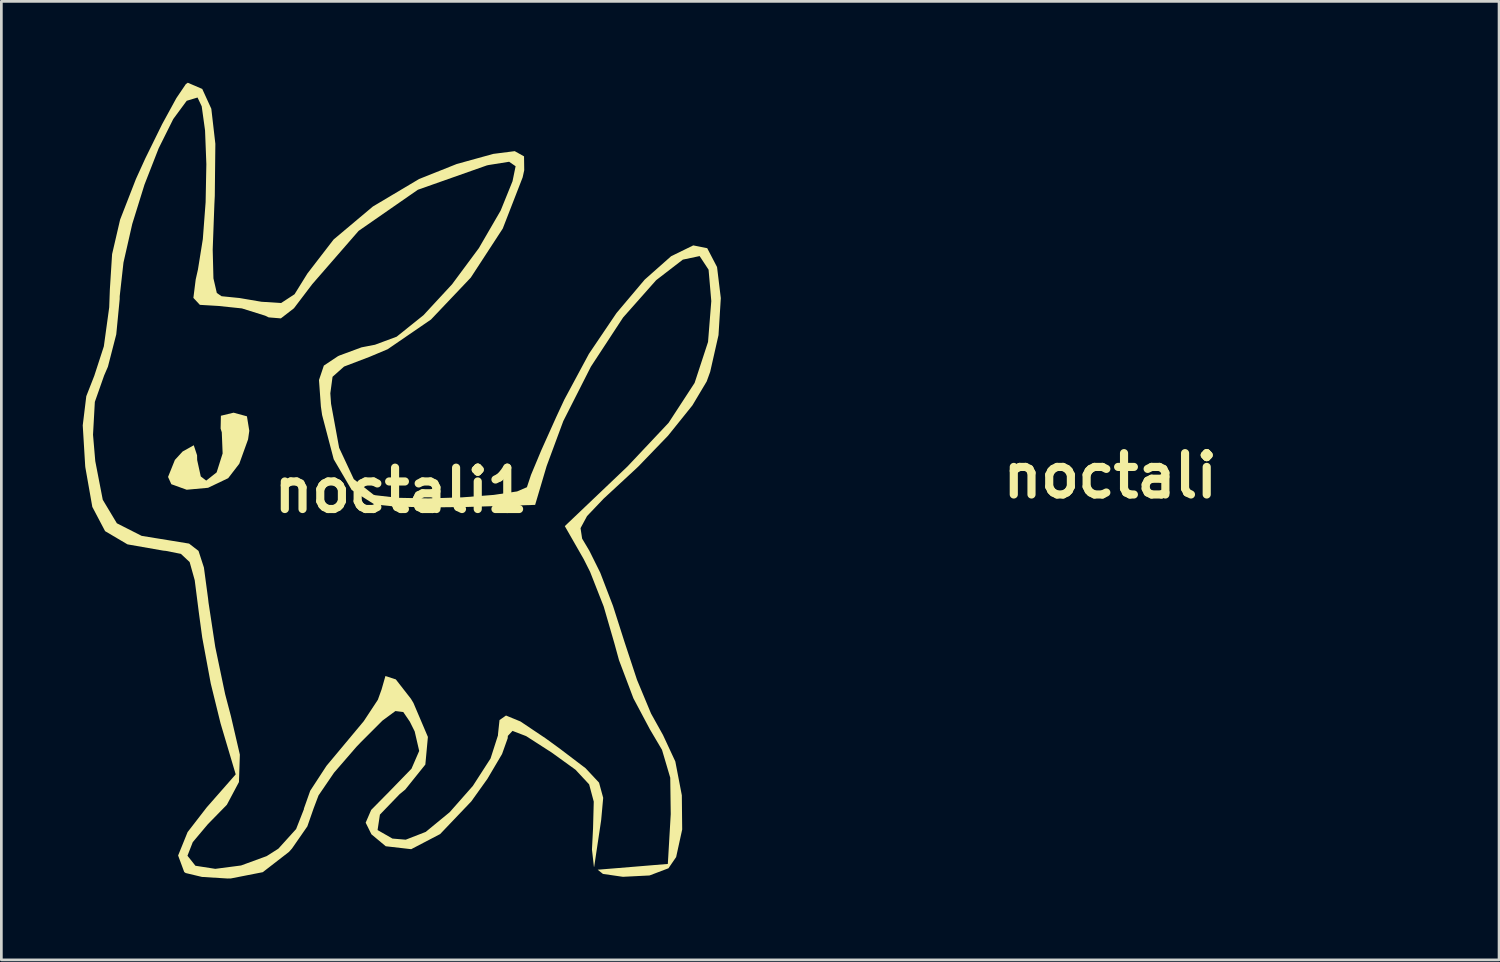
<source format=kicad_pcb>
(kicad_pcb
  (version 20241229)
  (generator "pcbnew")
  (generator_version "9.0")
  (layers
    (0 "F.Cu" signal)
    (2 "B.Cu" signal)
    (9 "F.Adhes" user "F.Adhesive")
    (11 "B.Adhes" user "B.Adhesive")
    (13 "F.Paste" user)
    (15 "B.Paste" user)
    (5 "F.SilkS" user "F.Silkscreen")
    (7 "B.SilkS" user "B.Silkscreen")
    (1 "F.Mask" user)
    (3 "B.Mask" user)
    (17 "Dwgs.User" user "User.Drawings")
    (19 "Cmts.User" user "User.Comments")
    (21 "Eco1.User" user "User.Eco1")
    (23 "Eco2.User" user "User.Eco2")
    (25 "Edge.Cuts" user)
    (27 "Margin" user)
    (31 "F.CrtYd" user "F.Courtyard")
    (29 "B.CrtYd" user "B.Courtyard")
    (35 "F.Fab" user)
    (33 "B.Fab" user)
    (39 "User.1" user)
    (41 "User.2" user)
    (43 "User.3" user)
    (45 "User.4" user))
  (footprint "noctali1"
    (layer "F.Cu")
    (at 11.731 15.025)
    (property "Reference" "noctali1" (at 0 0 0) (layer "F.SilkS") (effects (font (size 1.524 1.524) (thickness 0.3))))
    (attr through_hole)
    (fp_poly (pts (xy -5.678 -2.728) (xy -5.591 -2.193) (xy -5.636 -1.878) (xy -5.96 -0.98) (xy -6.37 -0.447) (xy -7.111 -0.093) (xy -7.899 -0.021) (xy -8.465 -0.225) (xy -8.586 -0.493) (xy -8.334 -1.12) (xy -8.049 -1.431) (xy -7.638 -1.661) (xy -7.516 -1.291) (xy -7.513 -1.117) (xy -7.38 -0.512) (xy -7.179 -0.358) (xy -6.795 -0.661) (xy -6.574 -1.36) (xy -6.605 -2.139) (xy -6.648 -2.275) (xy -6.638 -2.749) (xy -6.17 -2.862)) (stroke (width 0) (type solid)) (fill yes) (layer "F.SilkS"))
    (fp_poly (pts (xy -7.325 -14.796) (xy -6.991 -14.066) (xy -6.842 -12.772) (xy -6.863 -10.851) (xy -6.878 -10.548) (xy -6.94 -8.873) (xy -6.913 -7.813) (xy -6.788 -7.274) (xy -6.613 -7.155) (xy -5.954 -7.089) (xy -5.143 -6.951) (xy -4.419 -6.904) (xy -3.923 -7.228) (xy -3.449 -7.992) (xy -2.483 -9.246) (xy -1.036 -10.462) (xy 0.668 -11.476) (xy 2.055 -12.029) (xy 3.404 -12.402) (xy 4.194 -12.503) (xy 4.537 -12.311) (xy 4.544 -11.801) (xy 4.486 -11.537) (xy 3.752 -9.648) (xy 2.573 -7.84) (xy 1.107 -6.296) (xy -0.49 -5.201) (xy -1.159 -4.92) (xy -2.098 -4.562) (xy -2.522 -4.185) (xy -2.604 -3.576) (xy -2.577 -3.19) (xy -2.279 -1.567) (xy -1.739 -0.412) (xy -1.01 0.163) (xy -0.939 0.182) (xy -0.12 0.276) (xy 1.015 0.298) (xy 2.263 0.259) (xy 3.42 0.169) (xy 4.282 0.041) (xy 4.646 -0.116) (xy 4.647 -0.126) (xy 4.793 -0.567) (xy 5.178 -1.488) (xy 5.734 -2.725) (xy 6.023 -3.346) (xy 6.929 -5.031) (xy 7.946 -6.536) (xy 8.985 -7.767) (xy 9.958 -8.629) (xy 10.775 -9.029) (xy 11.29 -8.926) (xy 11.652 -8.231) (xy 11.791 -7.086) (xy 11.706 -5.722) (xy 11.399 -4.368) (xy 11.27 -4.013) (xy 10.745 -3.133) (xy 9.846 -2.014) (xy 8.749 -0.876) (xy 8.541 -0.682) (xy 7.475 0.304) (xy 6.86 0.949) (xy 6.62 1.394) (xy 6.678 1.779) (xy 6.944 2.226) (xy 7.345 3.033) (xy 7.817 4.262) (xy 8.241 5.591) (xy 8.701 6.985) (xy 9.219 8.229) (xy 9.659 9.019) (xy 10.114 9.996) (xy 10.354 11.243) (xy 10.367 12.503) (xy 10.144 13.52) (xy 9.861 13.933) (xy 9.164 14.198) (xy 8.191 14.247) (xy 8.162 14.245) (xy 7.446 14.141) (xy 7.252 13.986) (xy 8.471 13.886) (xy 9.838 13.773) (xy 9.945 11.936) (xy 9.927 10.595) (xy 9.623 9.567) (xy 9.176 8.81) (xy 8.569 7.668) (xy 8.038 6.262) (xy 7.867 5.639) (xy 7.474 4.284) (xy 6.972 3.005) (xy 6.737 2.538) (xy 6.04 1.32) (xy 8.35 -0.879) (xy 9.865 -2.487) (xy 10.825 -3.959) (xy 11.32 -5.47) (xy 11.44 -6.976) (xy 11.34 -8.133) (xy 11.01 -8.635) (xy 10.391 -8.504) (xy 9.426 -7.761) (xy 9.399 -7.737) (xy 8.189 -6.371) (xy 7.001 -4.557) (xy 5.984 -2.552) (xy 5.37 -0.894) (xy 4.946 0.537) (xy 2.384 0.615) (xy 0.984 0.631) (xy -0.223 0.597) (xy -0.976 0.521) (xy -0.977 0.521) (xy -1.816 -0.012) (xy -2.479 -1.145) (xy -2.907 -2.776) (xy -2.952 -3.091) (xy -3.022 -4.066) (xy -2.843 -4.598) (xy -2.323 -4.944) (xy -2.269 -4.969) (xy -1.452 -5.271) (xy -0.959 -5.366) (xy -0.159 -5.663) (xy 0.829 -6.455) (xy 1.881 -7.592) (xy 2.871 -8.927) (xy 3.675 -10.312) (xy 4.113 -11.395) (xy 4.226 -11.947) (xy 3.988 -12.112) (xy 3.234 -11.992) (xy 3.166 -11.977) (xy 0.623 -11.08) (xy -1.561 -9.564) (xy -3.27 -7.6) (xy -3.945 -6.711) (xy -4.427 -6.338) (xy -4.876 -6.375) (xy -5.004 -6.437) (xy -5.864 -6.706) (xy -6.736 -6.797) (xy -7.413 -6.837) (xy -7.652 -7.094) (xy -7.567 -7.771) (xy -7.484 -8.139) (xy -7.304 -9.261) (xy -7.201 -10.622) (xy -7.174 -12.023) (xy -7.222 -13.267) (xy -7.345 -14.156) (xy -7.499 -14.48) (xy -7.898 -14.36) (xy -8.394 -13.687) (xy -8.932 -12.608) (xy -9.455 -11.269) (xy -9.906 -9.817) (xy -10.229 -8.397) (xy -10.368 -7.155) (xy -10.369 -7.048) (xy -10.495 -5.75) (xy -10.803 -4.555) (xy -10.942 -4.234) (xy -11.285 -3.259) (xy -11.352 -2.048) (xy -11.269 -1.077) (xy -10.993 0.348) (xy -10.473 1.215) (xy -9.559 1.679) (xy -8.407 1.866) (xy -7.811 1.964) (xy -7.463 2.233) (xy -7.264 2.846) (xy -7.112 3.978) (xy -7.094 4.139) (xy -6.846 5.772) (xy -6.482 7.512) (xy -6.268 8.327) (xy -5.939 9.744) (xy -5.972 10.754) (xy -6.418 11.592) (xy -7.122 12.312) (xy -7.675 12.97) (xy -7.87 13.471) (xy -7.577 13.84) (xy -6.844 13.954) (xy -5.895 13.83) (xy -4.951 13.485) (xy -4.52 13.211) (xy -3.865 12.487) (xy -3.578 11.756) (xy -3.577 11.73) (xy -3.345 11.075) (xy -2.745 10.156) (xy -2.146 9.439) (xy -1.372 8.511) (xy -0.852 7.722) (xy -0.715 7.342) (xy -0.573 6.846) (xy -0.19 6.97) (xy 0.368 7.686) (xy 0.459 7.836) (xy 0.993 9.091) (xy 0.899 10.109) (xy 0.157 11.033) (xy -0.048 11.2) (xy -0.776 11.955) (xy -0.862 12.524) (xy -0.314 12.838) (xy 0.176 12.879) (xy 0.913 12.592) (xy 1.797 11.865) (xy 2.651 10.896) (xy 3.303 9.885) (xy 3.577 9.03) (xy 3.577 8.996) (xy 3.633 8.469) (xy 3.872 8.302) (xy 4.405 8.521) (xy 5.344 9.151) (xy 5.85 9.519) (xy 6.806 10.245) (xy 7.302 10.776) (xy 7.455 11.336) (xy 7.381 12.151) (xy 7.345 12.395) (xy 7.122 13.882) (xy 7.113 13.875) (xy 7.041 13.243) (xy 7.081 12.459) (xy 7.107 11.476) (xy 6.937 10.84) (xy 6.434 10.3) (xy 5.56 9.669) (xy 4.615 9.061) (xy 4.112 8.868) (xy 3.94 9.053) (xy 3.935 9.138) (xy 3.727 9.721) (xy 3.188 10.634) (xy 2.594 11.466) (xy 1.444 12.672) (xy 0.378 13.229) (xy -0.561 13.121) (xy -1.089 12.681) (xy -1.301 12.252) (xy -1.098 11.782) (xy -0.417 11.092) (xy 0.388 10.263) (xy 0.672 9.607) (xy 0.506 8.888) (xy 0.328 8.53) (xy 0.085 8.173) (xy -0.205 8.137) (xy -0.681 8.488) (xy -1.483 9.29) (xy -1.64 9.454) (xy -2.467 10.41) (xy -3.039 11.248) (xy -3.22 11.726) (xy -3.451 12.389) (xy -4.018 13.206) (xy -4.129 13.33) (xy -5.094 14.077) (xy -6.276 14.309) (xy -6.394 14.31) (xy -7.335 14.252) (xy -7.934 14.109) (xy -7.99 14.071) (xy -8.215 13.462) (xy -7.866 12.6) (xy -7.16 11.687) (xy -6.092 10.471) (xy -6.65 8.592) (xy -7.012 7.121) (xy -7.326 5.428) (xy -7.449 4.52) (xy -7.603 3.313) (xy -7.79 2.645) (xy -8.112 2.343) (xy -8.666 2.233) (xy -8.765 2.223) (xy -10.082 1.992) (xy -10.907 1.505) (xy -11.378 0.611) (xy -11.634 -0.841) (xy -11.64 -0.89) (xy -11.731 -2.394) (xy -11.6 -3.47) (xy -11.305 -4.223) (xy -10.953 -5.307) (xy -10.755 -6.746) (xy -10.732 -7.39) (xy -10.649 -8.705) (xy -10.353 -9.979) (xy -9.77 -11.477) (xy -9.424 -12.237) (xy -8.806 -13.494) (xy -8.28 -14.457) (xy -7.929 -14.976) (xy -7.858 -15.025)) (stroke (width 0) (type solid)) (fill yes) (layer "F.SilkS")))
  (footprint "noctali"
    (layer "F.Cu")
    (at 37.878 14.489)
    (property "Reference" "noctali" (at 0 0 0) (layer "F.SilkS") (effects (font (size 1.524 1.524) (thickness 0.3))))
    (attr through_hole)
    (fp_poly (pts (xy -9.659 -10.554) (xy -9.838 -10.375) (xy -10.017 -10.554) (xy -9.838 -10.732)) (stroke (width 0) (type solid)) (fill yes) (layer "F.Mask"))
    (fp_poly (pts (xy -6.797 -10.911) (xy -6.976 -10.732) (xy -7.155 -10.911) (xy -6.976 -11.09)) (stroke (width 0) (type solid)) (fill yes) (layer "F.Mask"))
    (fp_poly (pts (xy 0.715 -6.261) (xy 0.537 -6.082) (xy 0.358 -6.261) (xy 0.537 -6.439)) (stroke (width 0) (type solid)) (fill yes) (layer "F.Mask"))
    (fp_poly (pts (xy 11.09 -4.114) (xy 10.911 -3.935) (xy 10.732 -4.114) (xy 10.911 -4.293)) (stroke (width 0) (type solid)) (fill yes) (layer "F.Mask"))
    (fp_poly (pts (xy -2.155 7.901) (xy -2.321 8.621) (xy -2.364 8.736) (xy -2.708 9.198) (xy -3.083 9.286) (xy -3.22 9.012) (xy -3.024 8.529) (xy -2.694 8.028) (xy -2.294 7.671)) (stroke (width 0) (type solid)) (fill yes) (layer "F.Mask"))
    (fp_poly (pts (xy -8.746 -4.572) (xy -8.713 -4.118) (xy -8.951 -3.405) (xy -9.318 -2.76) (xy -9.65 -2.504) (xy -9.954 -2.802) (xy -10.017 -3.176) (xy -9.826 -3.802) (xy -9.395 -4.364) (xy -8.934 -4.633)) (stroke (width 0) (type solid)) (fill yes) (layer "F.Mask"))
    (fp_poly (pts (xy 6.888 6.586) (xy 7.311 7.124) (xy 7.512 7.688) (xy 7.513 7.717) (xy 7.334 8.18) (xy 6.916 8.098) (xy 6.436 7.507) (xy 6.429 7.493) (xy 6.167 6.759) (xy 6.164 6.372) (xy 6.44 6.27)) (stroke (width 0) (type solid)) (fill yes) (layer "F.Mask"))
    (fp_poly (pts (xy -7.378 -14.183) (xy -7.12 -13.47) (xy -6.968 -12.655) (xy -7.005 -12.044) (xy -7.005 -12.044) (xy -7.436 -11.749) (xy -8.284 -11.572) (xy -8.435 -11.561) (xy -9.704 -11.496) (xy -8.82 -12.992) (xy -8.254 -13.863) (xy -7.803 -14.403) (xy -7.661 -14.489)) (stroke (width 0) (type solid)) (fill yes) (layer "F.Mask"))
    (fp_poly (pts (xy 11.175 -8.335) (xy 11.308 -7.503) (xy 11.321 -7.387) (xy 11.332 -6.538) (xy 11.224 -5.695) (xy 11.045 -5.043) (xy 10.842 -4.767) (xy 10.693 -4.948) (xy 10.286 -5.338) (xy 9.456 -5.758) (xy 9.178 -5.862) (xy 7.812 -6.332) (xy 9.356 -7.614) (xy 10.218 -8.288) (xy 10.839 -8.693) (xy 11.043 -8.753)) (stroke (width 0) (type solid)) (fill yes) (layer "F.Mask"))
    (fp_poly (pts (xy 4.293 -11.972) (xy 4.115 -11.384) (xy 3.662 -10.426) (xy 3.055 -9.322) (xy 2.417 -8.296) (xy 1.973 -7.692) (xy 1.4 -7.042) (xy 1.143 -6.914) (xy 1.076 -7.266) (xy 1.075 -7.385) (xy 0.839 -8.126) (xy 0.253 -9.016) (xy 0.055 -9.243) (xy -0.964 -10.333) (xy 0.681 -11.024) (xy 2.057 -11.554) (xy 3.216 -11.913) (xy 4.011 -12.062)) (stroke (width 0) (type solid)) (fill yes) (layer "F.Mask"))
    (fp_poly (pts (xy -7.695 -9.857) (xy -7.377 -9.53) (xy -7.38 -9.459) (xy -7.469 -8.905) (xy -7.626 -7.99) (xy -7.651 -7.852) (xy -7.765 -7.015) (xy -7.589 -6.691) (xy -6.958 -6.69) (xy -6.679 -6.722) (xy -5.488 -6.634) (xy -4.918 -6.298) (xy -4.555 -6.028) (xy -4.225 -6.135) (xy -3.788 -6.719) (xy -3.412 -7.343) (xy -2.817 -8.276) (xy -2.383 -8.68) (xy -1.959 -8.666) (xy -1.79 -8.587) (xy -1.028 -7.976) (xy -0.362 -7.129) (xy -0.012 -6.34) (xy 0 -6.21) (xy -0.311 -5.866) (xy -1.108 -5.446) (xy -1.786 -5.188) (xy -2.816 -4.81) (xy -3.282 -4.499) (xy -3.313 -4.142) (xy -3.217 -3.931) (xy -2.95 -3.076) (xy -2.862 -2.222) (xy -2.583 -1.132) (xy -1.981 -0.227) (xy -1.508 0.235) (xy -1.02 0.51) (xy -0.331 0.638) (xy 0.745 0.66) (xy 1.959 0.631) (xy 3.464 0.566) (xy 4.402 0.462) (xy 4.923 0.28) (xy 5.176 -0.016) (xy 5.237 -0.179) (xy 5.484 -0.912) (xy 5.877 -2.017) (xy 6.153 -2.773) (xy 6.594 -3.855) (xy 6.985 -4.418) (xy 7.481 -4.627) (xy 7.92 -4.651) (xy 9.146 -4.478) (xy 10.023 -4.024) (xy 10.374 -3.381) (xy 10.375 -3.351) (xy 10.129 -2.86) (xy 9.476 -2.042) (xy 8.539 -1.047) (xy 8.198 -0.714) (xy 7.144 0.303) (xy 6.534 0.969) (xy 6.293 1.425) (xy 6.346 1.813) (xy 6.618 2.275) (xy 6.624 2.283) (xy 7.148 3.326) (xy 7.493 4.374) (xy 7.774 5.501) (xy 8.04 6.439) (xy 8.32 7.334) (xy 7.397 6.35) (xy 6.484 5.595) (xy 5.804 5.442) (xy 5.44 5.863) (xy 5.479 6.83) (xy 5.512 6.971) (xy 5.914 7.843) (xy 6.542 8.521) (xy 7.236 8.926) (xy 7.84 8.979) (xy 8.194 8.603) (xy 8.23 8.318) (xy 8.36 8.008) (xy 8.685 8.211) (xy 9.113 8.783) (xy 9.555 9.58) (xy 9.918 10.459) (xy 10.109 11.269) (xy 10.127 12.671) (xy 9.774 13.52) (xy 8.993 13.905) (xy 8.394 13.952) (xy 7.533 13.868) (xy 7.19 13.546) (xy 7.155 13.258) (xy 7.2 13.058) (xy 7.513 13.058) (xy 7.692 13.237) (xy 7.87 13.058) (xy 7.692 12.879) (xy 7.513 13.058) (xy 7.2 13.058) (xy 7.309 12.58) (xy 7.491 12.355) (xy 7.688 11.875) (xy 7.471 11.116) (xy 6.953 10.288) (xy 6.242 9.602) (xy 5.953 9.426) (xy 4.985 8.869) (xy 4.214 8.318) (xy 4.204 8.308) (xy 3.734 7.968) (xy 3.587 8.207) (xy 3.577 8.554) (xy 3.33 9.692) (xy 2.691 10.888) (xy 1.816 11.945) (xy 0.861 12.67) (xy 0.133 12.879) (xy -0.692 12.708) (xy -0.895 12.247) (xy -0.466 11.569) (xy -0.048 11.2) (xy 0.795 10.336) (xy 1.025 9.437) (xy 0.67 8.318) (xy 0.447 7.902) (xy -0.124 7.07) (xy -0.531 6.819) (xy -0.712 7.181) (xy -0.715 7.298) (xy -0.932 7.811) (xy -1.498 8.674) (xy -2.288 9.693) (xy -3.054 10.694) (xy -3.565 11.514) (xy -3.71 11.977) (xy -3.708 11.981) (xy -3.818 12.574) (xy -4.425 13.201) (xy -5.328 13.748) (xy -6.325 14.1) (xy -7.212 14.143) (xy -7.423 14.08) (xy -7.805 13.758) (xy -7.744 13.216) (xy -7.208 12.344) (xy -6.782 11.786) (xy -5.693 10.412) (xy -5.973 9.457) (xy -3.935 9.457) (xy -3.725 9.946) (xy -3.196 9.93) (xy -2.502 9.444) (xy -2.172 9.074) (xy -1.627 8.153) (xy -1.435 7.346) (xy -1.571 6.798) (xy -2.01 6.657) (xy -2.539 6.918) (xy -3.275 7.732) (xy -3.803 8.781) (xy -3.935 9.457) (xy -5.973 9.457) (xy -6.302 8.336) (xy -6.698 6.717) (xy -7.019 4.936) (xy -7.123 4.114) (xy -7.334 1.968) (xy -8.76 1.852) (xy -9.891 1.683) (xy -10.589 1.3) (xy -10.99 0.545) (xy -11.229 -0.739) (xy -11.236 -0.801) (xy -8.519 -0.801) (xy -8.43 -0.301) (xy -7.936 -0.023) (xy -7.191 -0.06) (xy -6.408 -0.459) (xy -5.917 -1.125) (xy -5.649 -1.895) (xy -5.597 -2.608) (xy -5.872 -2.806) (xy -6.026 -2.787) (xy -6.48 -2.362) (xy -6.605 -1.639) (xy -6.752 -0.845) (xy -7.065 -0.449) (xy -7.424 -0.614) (xy -7.513 -1.087) (xy -7.587 -1.624) (xy -7.906 -1.544) (xy -8.049 -1.431) (xy -8.519 -0.801) (xy -11.236 -0.801) (xy -11.266 -1.048) (xy -11.357 -2.534) (xy -11.315 -2.822) (xy -10.375 -2.822) (xy -10.202 -2.013) (xy -9.734 -1.821) (xy -9.044 -2.249) (xy -8.612 -2.731) (xy -8.01 -3.782) (xy -7.927 -4.657) (xy -8.371 -5.218) (xy -8.463 -5.258) (xy -9.127 -5.179) (xy -9.767 -4.588) (xy -10.232 -3.681) (xy -10.375 -2.822) (xy -11.315 -2.822) (xy -11.198 -3.612) (xy -10.942 -4.234) (xy -10.604 -5.269) (xy -10.402 -6.64) (xy -10.375 -7.325) (xy -10.344 -8.483) (xy -10.194 -9.137) (xy -9.841 -9.494) (xy -9.419 -9.682) (xy -8.445 -9.915)) (stroke (width 0) (type solid)) (fill yes) (layer "F.Mask")))
  (gr_rect
    (start -3 -3)
    (end 52.211 32.335)
    (stroke (width 0.1) (type default))
    (fill no)
    (layer "Edge.Cuts")))
</source>
